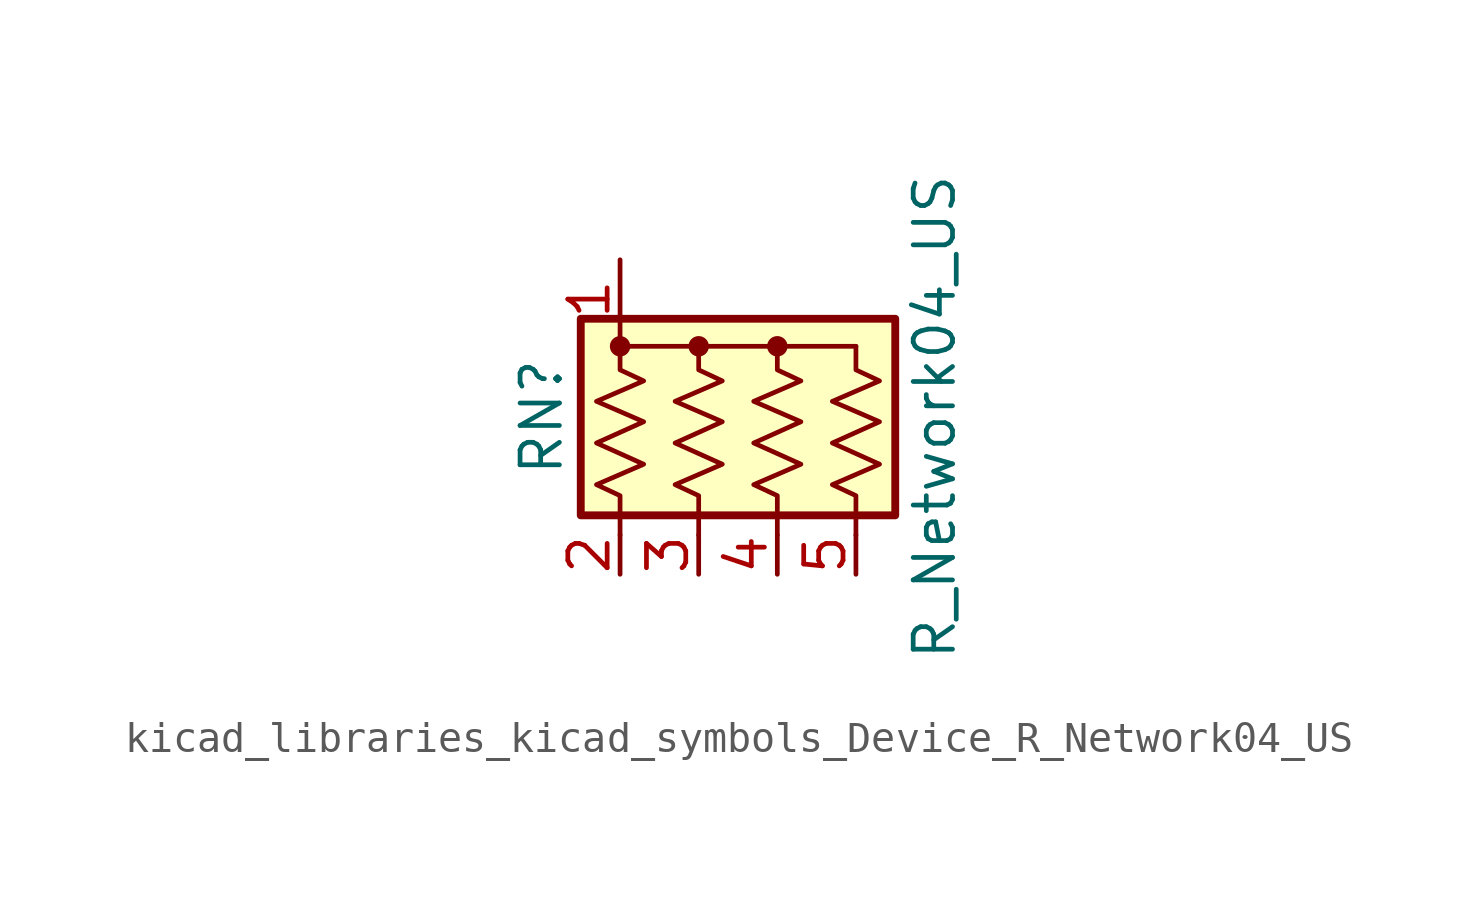
<source format=kicad_sym>
(kicad_symbol_lib
  (version 20220914)
  (generator kicad_symbol_editor)
  (symbol "kicad_libraries_kicad_symbols_Device_R_Network04_US"
    (pin_names
      (offset 0) hide)
    (property "Reference" "RN"
      (at -7.62 0 90)
      (effects (font (size 1.27 1.27))))
    (property "Value" "R_Network04_US"
      (at 5.08 0 90)
      (effects (font (size 1.27 1.27))))
    (symbol "kicad_libraries_kicad_symbols_Device_R_Network04_US_0_1"
      (rectangle (start -6.35 -3.175) (end 3.81 3.175) (stroke (width 0.254) (type default)) (fill (type background)))
      (circle (center -5.08 2.286) (radius 0.254) (stroke (width 0) (type default)) (fill (type outline)))
      (circle (center -2.54 2.286) (radius 0.254) (stroke (width 0) (type default)) (fill (type outline)))
      (polyline (pts (xy -5.08 2.286) (xy 2.54 2.286)) (stroke (width 0) (type default)) (fill (type none)))
      (polyline (pts (xy -5.08 2.286) (xy -5.08 1.524) (xy -4.318 1.168) (xy -5.842 0.508) (xy -4.318 -0.152) (xy -5.842 -0.838) (xy -4.318 -1.524) (xy -5.842 -2.184) (xy -5.08 -2.54) (xy -5.08 -3.81)) (stroke (width 0) (type default)) (fill (type none)))
      (polyline (pts (xy -2.54 2.286) (xy -2.54 1.524) (xy -1.778 1.168) (xy -3.302 0.508) (xy -1.778 -0.152) (xy -3.302 -0.838) (xy -1.778 -1.524) (xy -3.302 -2.184) (xy -2.54 -2.54) (xy -2.54 -3.81)) (stroke (width 0) (type default)) (fill (type none)))
      (polyline (pts (xy 0 2.286) (xy 0 1.524) (xy 0.762 1.168) (xy -0.762 0.508) (xy 0.762 -0.152) (xy -0.762 -0.838) (xy 0.762 -1.524) (xy -0.762 -2.184) (xy 0 -2.54) (xy 0 -3.81)) (stroke (width 0) (type default)) (fill (type none)))
      (polyline (pts (xy 2.54 2.286) (xy 2.54 1.524) (xy 3.302 1.168) (xy 1.778 0.508) (xy 3.302 -0.152) (xy 1.778 -0.838) (xy 3.302 -1.524) (xy 1.778 -2.184) (xy 2.54 -2.54) (xy 2.54 -3.81)) (stroke (width 0) (type default)) (fill (type none)))
      (circle (center 0 2.286) (radius 0.254) (stroke (width 0) (type default)) (fill (type outline))))
    (symbol "kicad_libraries_kicad_symbols_Device_R_Network04_US_1_1"
      (pin passive line (at -5.08 5.08 270) (length 2.54) (name "common" (effects (font (size 1.27 1.27)))) (number "1" (effects (font (size 1.27 1.27)))))
      (pin passive line (at -5.08 -5.08 90) (length 1.27) (name "R1" (effects (font (size 1.27 1.27)))) (number "2" (effects (font (size 1.27 1.27)))))
      (pin passive line (at -2.54 -5.08 90) (length 1.27) (name "R2" (effects (font (size 1.27 1.27)))) (number "3" (effects (font (size 1.27 1.27)))))
      (pin passive line (at 0 -5.08 90) (length 1.27) (name "R3" (effects (font (size 1.27 1.27)))) (number "4" (effects (font (size 1.27 1.27)))))
      (pin passive line (at 2.54 -5.08 90) (length 1.27) (name "R4" (effects (font (size 1.27 1.27)))) (number "5" (effects (font (size 1.27 1.27))))))))
</source>
